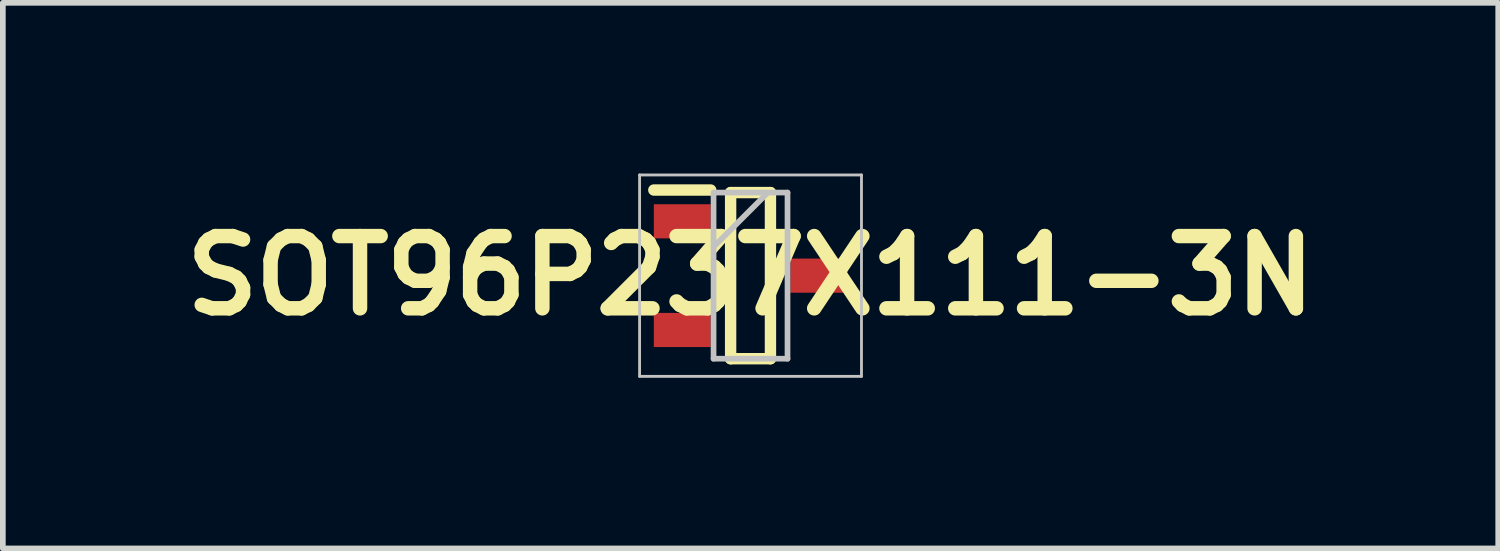
<source format=kicad_pcb>
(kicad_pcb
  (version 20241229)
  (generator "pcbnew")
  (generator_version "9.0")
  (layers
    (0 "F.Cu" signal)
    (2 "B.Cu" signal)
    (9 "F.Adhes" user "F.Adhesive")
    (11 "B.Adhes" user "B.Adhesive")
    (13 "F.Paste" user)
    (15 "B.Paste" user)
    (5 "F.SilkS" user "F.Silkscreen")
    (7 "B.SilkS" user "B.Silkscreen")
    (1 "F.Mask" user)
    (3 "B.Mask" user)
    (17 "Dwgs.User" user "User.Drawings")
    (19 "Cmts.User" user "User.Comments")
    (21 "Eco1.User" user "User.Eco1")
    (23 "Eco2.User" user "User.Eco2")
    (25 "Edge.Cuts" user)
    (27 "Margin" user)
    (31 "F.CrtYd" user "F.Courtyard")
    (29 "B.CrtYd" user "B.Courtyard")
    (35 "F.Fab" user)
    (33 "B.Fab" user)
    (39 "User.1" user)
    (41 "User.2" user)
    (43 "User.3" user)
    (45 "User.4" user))
  (footprint "SOT96P237X111-3N"
    (layer "F.Cu")
    (at 10.142 1.795)
    (property "Reference" "SOT96P237X111-3N" (at 0 0 0) (layer "F.SilkS") (effects (font (size 1.27 1.27) (thickness 0.254))))
    (attr smd)
    (fp_line (start -1.7 -1.505) (end -0.7 -1.505) (stroke (width 0.2) (type solid)) (layer "F.SilkS"))
    (fp_line (start -0.35 -1.46) (end 0.35 -1.46) (stroke (width 0.2) (type solid)) (layer "F.SilkS"))
    (fp_line (start -0.35 1.46) (end -0.35 -1.46) (stroke (width 0.2) (type solid)) (layer "F.SilkS"))
    (fp_line (start 0.35 -1.46) (end 0.35 1.46) (stroke (width 0.2) (type solid)) (layer "F.SilkS"))
    (fp_line (start 0.35 1.46) (end -0.35 1.46) (stroke (width 0.2) (type solid)) (layer "F.SilkS"))
    (fp_line (start -1.95 -1.77) (end 1.95 -1.77) (stroke (width 0.05) (type solid)) (layer "Dwgs.User"))
    (fp_line (start -1.95 1.77) (end -1.95 -1.77) (stroke (width 0.05) (type solid)) (layer "Dwgs.User"))
    (fp_line (start -0.65 -1.46) (end 0.65 -1.46) (stroke (width 0.1) (type solid)) (layer "Dwgs.User"))
    (fp_line (start -0.65 -0.505) (end 0.305 -1.46) (stroke (width 0.1) (type solid)) (layer "Dwgs.User"))
    (fp_line (start -0.65 1.46) (end -0.65 -1.46) (stroke (width 0.1) (type solid)) (layer "Dwgs.User"))
    (fp_line (start 0.65 -1.46) (end 0.65 1.46) (stroke (width 0.1) (type solid)) (layer "Dwgs.User"))
    (fp_line (start 0.65 1.46) (end -0.65 1.46) (stroke (width 0.1) (type solid)) (layer "Dwgs.User"))
    (fp_line (start 1.95 -1.77) (end 1.95 1.77) (stroke (width 0.05) (type solid)) (layer "Dwgs.User"))
    (fp_line (start 1.95 1.77) (end -1.95 1.77) (stroke (width 0.05) (type solid)) (layer "Dwgs.User"))
    (pad "1" smd rect (at -1.2 -0.955 90) (size 0.6 1) (layers "F.Cu" "F.Mask" "F.Paste"))
    (pad "2" smd rect (at -1.2 0.955 90) (size 0.6 1) (layers "F.Cu" "F.Mask" "F.Paste"))
    (pad "3" smd rect (at 1.2 0 90) (size 0.6 1) (layers "F.Cu" "F.Mask" "F.Paste")))
  (gr_rect
    (start -3 -3)
    (end 23.284 6.59)
    (stroke (width 0.1) (type default))
    (fill no)
    (layer "Edge.Cuts")))
</source>
